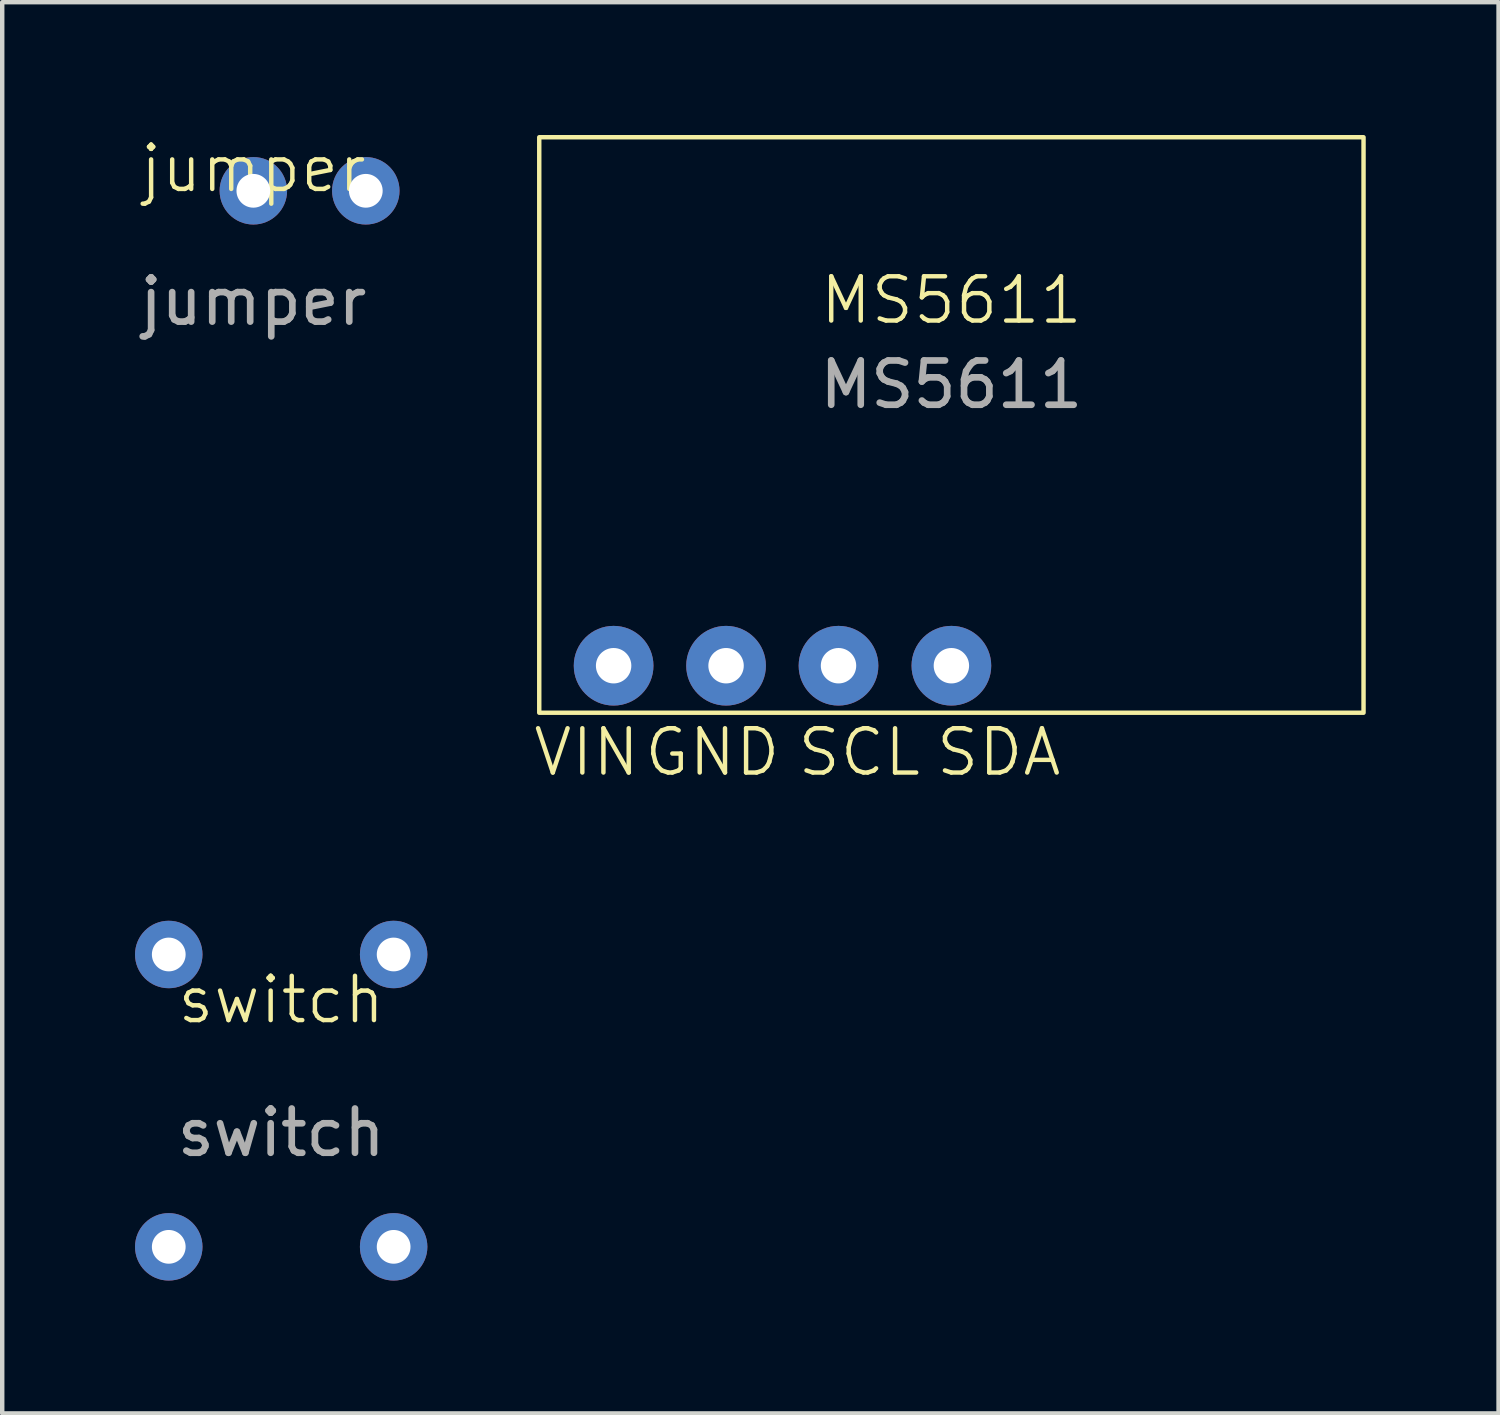
<source format=kicad_pcb>
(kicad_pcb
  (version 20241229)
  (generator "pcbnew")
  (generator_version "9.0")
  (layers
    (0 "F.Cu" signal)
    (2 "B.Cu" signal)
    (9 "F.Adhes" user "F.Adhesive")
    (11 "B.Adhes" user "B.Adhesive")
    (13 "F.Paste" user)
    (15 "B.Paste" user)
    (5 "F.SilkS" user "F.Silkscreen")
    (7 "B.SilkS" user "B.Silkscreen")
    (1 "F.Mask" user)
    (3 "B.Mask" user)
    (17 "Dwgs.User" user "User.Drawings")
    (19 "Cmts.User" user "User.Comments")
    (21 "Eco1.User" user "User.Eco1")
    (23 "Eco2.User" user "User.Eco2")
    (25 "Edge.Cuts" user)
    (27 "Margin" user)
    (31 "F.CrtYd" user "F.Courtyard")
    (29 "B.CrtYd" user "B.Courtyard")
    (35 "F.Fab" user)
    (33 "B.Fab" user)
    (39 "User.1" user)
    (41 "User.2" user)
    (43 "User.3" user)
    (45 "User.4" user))
  (footprint "jumper"
    (layer "F.Cu")
    (at 2.673 1.26)
    (property "Reference" "jumper" (at 0 -0.5 0) (unlocked yes) (layer "F.SilkS") (effects (font (size 1 1) (thickness 0.1))))
    (attr through_hole)
    (fp_text user "${REFERENCE}" (at 0 2.5 0) (unlocked yes) (layer "F.Fab") (effects (font (size 1 1) (thickness 0.15))))
    (pad "1" thru_hole circle (at 0 0) (size 1.524 1.524) (drill 0.762) (layers "*.Cu" "*.Mask"))
    (pad "2" thru_hole circle (at 2.54 0) (size 1.524 1.524) (drill 0.762) (layers "*.Cu" "*.Mask")))
  (footprint "switch"
    (layer "F.Cu")
    (at 3.302 20.035)
    (property "Reference" "switch" (at 0 -0.5 0) (unlocked yes) (layer "F.SilkS") (effects (font (size 1 1) (thickness 0.1))))
    (attr through_hole)
    (fp_text user "${REFERENCE}" (at 0 2.5 0) (unlocked yes) (layer "F.Fab") (effects (font (size 1 1) (thickness 0.15))))
    (pad "1" thru_hole circle (at 2.54 -1.524) (size 1.524 1.524) (drill 0.762) (layers "*.Cu" "*.Mask"))
    (pad "1" thru_hole circle (at 2.54 5.08) (size 1.524 1.524) (drill 0.762) (layers "*.Cu" "*.Mask"))
    (pad "2" thru_hole circle (at -2.54 -1.524) (size 1.524 1.524) (drill 0.762) (layers "*.Cu" "*.Mask"))
    (pad "2" thru_hole circle (at -2.54 5.08) (size 1.524 1.524) (drill 0.762) (layers "*.Cu" "*.Mask")))
  (footprint "MS5611"
    (layer "F.Cu")
    (at 14.631 9.448)
    (property "Reference" "MS5611" (at 3.81 -5.715 0) (unlocked yes) (layer "F.SilkS") (effects (font (size 1 1) (thickness 0.1))))
    (attr through_hole)
    (fp_rect (start -5.5 -9.398) (end 13.12 3.602) (stroke (width 0.1) (type default)) (fill no) (layer "F.SilkS"))
    (fp_text user "VIN" (at -3.175 5.08 0) (unlocked yes) (layer "F.SilkS") (effects (font (size 1 1) (thickness 0.1)) (justify right bottom)))
    (fp_text user "SDA" (at 6.35 5.08 0) (unlocked yes) (layer "F.SilkS") (effects (font (size 1 1) (thickness 0.1)) (justify right bottom)))
    (fp_text user "SCL" (at 3.175 5.08 0) (unlocked yes) (layer "F.SilkS") (effects (font (size 1 1) (thickness 0.1)) (justify right bottom)))
    (fp_text user "GND" (at 0 5.08 0) (unlocked yes) (layer "F.SilkS") (effects (font (size 1 1) (thickness 0.1)) (justify right bottom)))
    (fp_text user "${REFERENCE}" (at 3.81 -3.81 0) (unlocked yes) (layer "F.Fab") (effects (font (size 1 1) (thickness 0.15))))
    (pad "1" thru_hole circle (at 3.81 2.54) (size 1.8 1.8) (drill 0.8) (layers "*.Cu" "*.Mask"))
    (pad "2" thru_hole circle (at 1.26 2.54) (size 1.8 1.8) (drill 0.8) (layers "*.Cu" "*.Mask"))
    (pad "3" thru_hole circle (at -1.28 2.54) (size 1.8 1.8) (drill 0.8) (layers "*.Cu" "*.Mask"))
    (pad "4" thru_hole circle (at -3.82 2.54) (size 1.8 1.8) (drill 0.8) (layers "*.Cu" "*.Mask")))
  (gr_rect
    (start -3 -3)
    (end 30.801 28.877)
    (stroke (width 0.1) (type default))
    (fill no)
    (layer "Edge.Cuts")))
</source>
